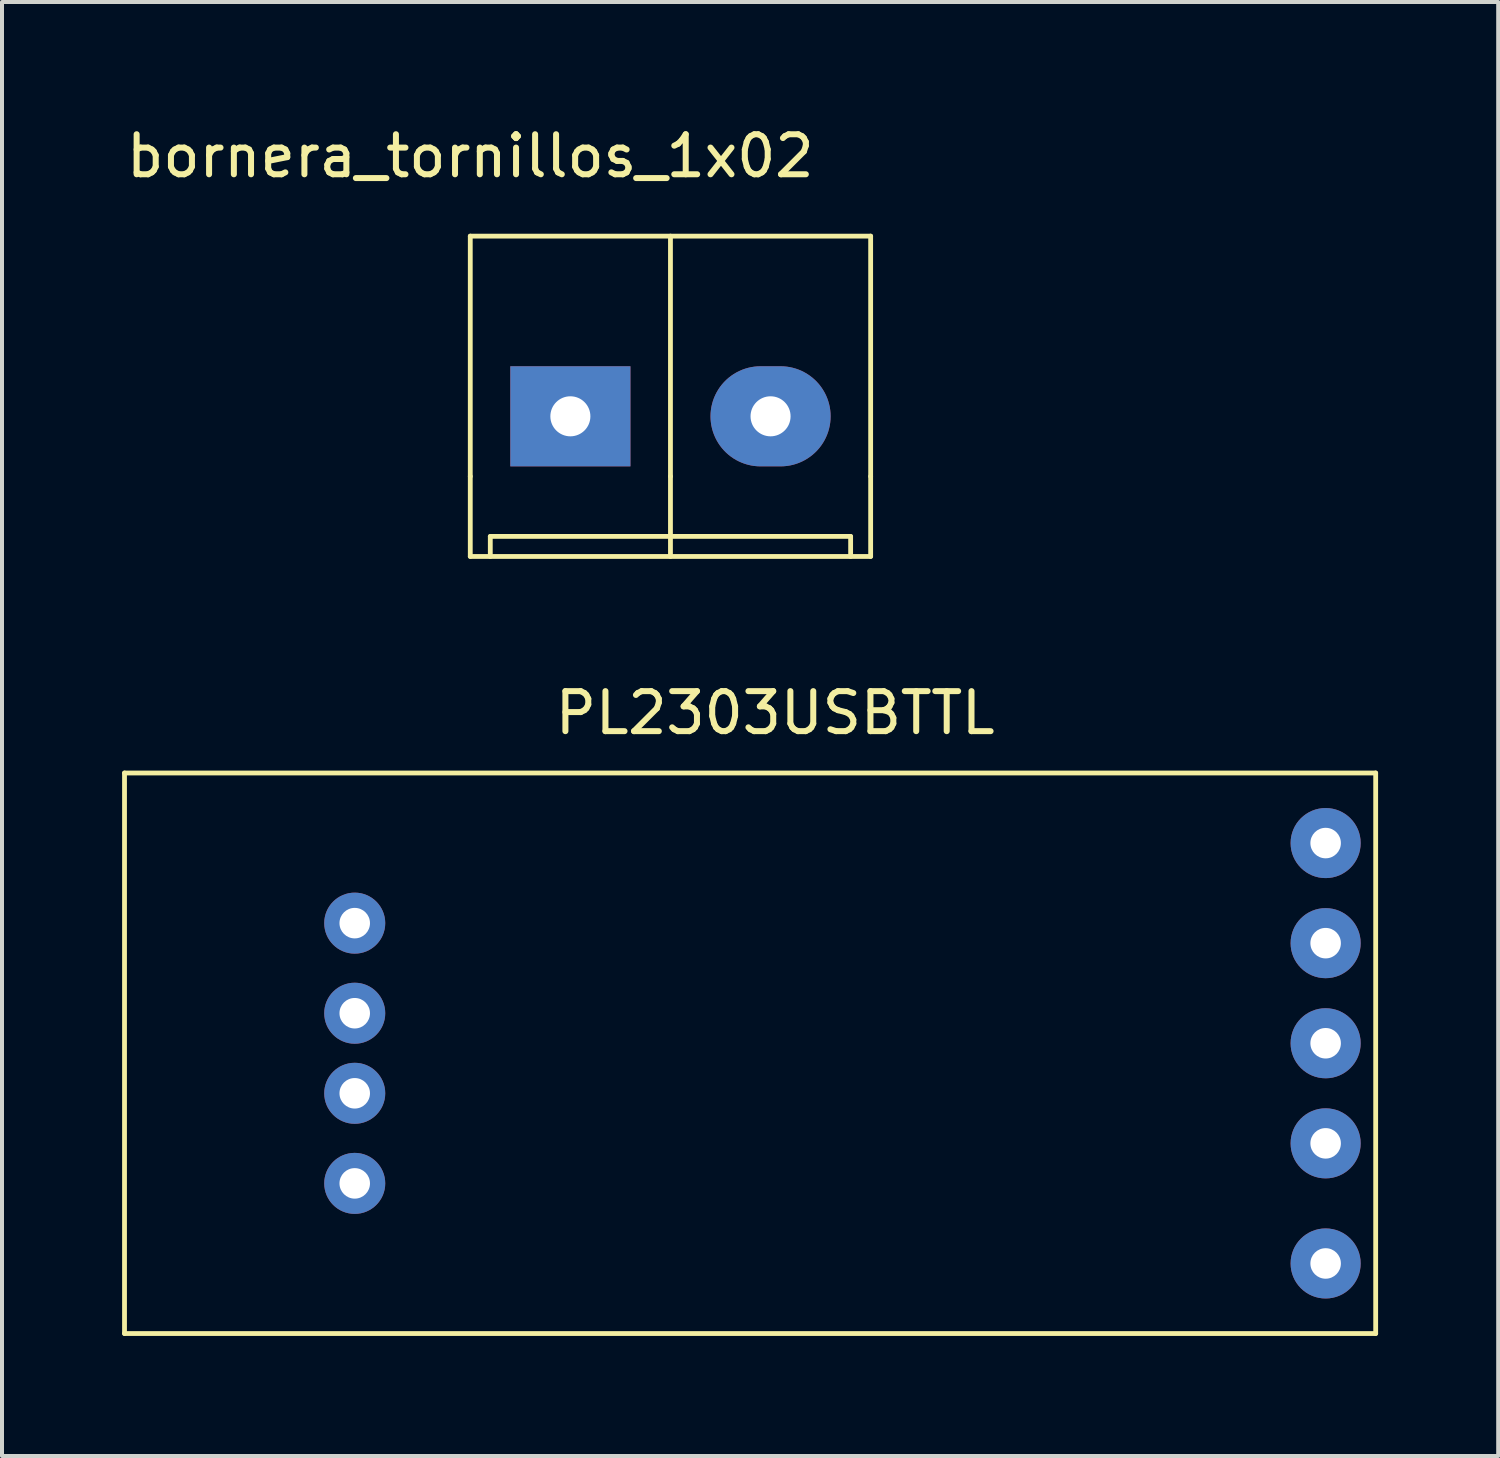
<source format=kicad_pcb>
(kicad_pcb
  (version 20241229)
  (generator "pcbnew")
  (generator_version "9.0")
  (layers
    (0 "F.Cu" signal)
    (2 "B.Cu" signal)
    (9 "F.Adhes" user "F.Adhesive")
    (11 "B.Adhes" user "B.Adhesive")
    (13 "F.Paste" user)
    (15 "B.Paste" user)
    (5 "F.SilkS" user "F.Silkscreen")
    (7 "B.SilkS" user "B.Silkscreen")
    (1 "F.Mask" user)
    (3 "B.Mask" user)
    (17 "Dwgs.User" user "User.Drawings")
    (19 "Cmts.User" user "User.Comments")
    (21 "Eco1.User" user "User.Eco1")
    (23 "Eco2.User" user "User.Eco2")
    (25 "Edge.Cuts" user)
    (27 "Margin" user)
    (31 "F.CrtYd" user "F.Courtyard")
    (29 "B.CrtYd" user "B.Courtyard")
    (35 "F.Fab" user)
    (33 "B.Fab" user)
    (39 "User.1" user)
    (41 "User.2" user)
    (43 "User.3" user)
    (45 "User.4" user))
  (footprint "bornera_tornillos_1x02"
    (layer "F.Cu")
    (at 8.696 2.848)
    (property "Reference" "bornera_tornillos_1x02" (at 0 -2 0) (layer "F.SilkS") (effects (font (size 1 1) (thickness 0.15))))
    (attr through_hole)
    (fp_line (start 0 0) (end 10 0) (stroke (width 0.12) (type solid)) (layer "F.SilkS"))
    (fp_line (start 0 6) (end 0 0) (stroke (width 0.12) (type solid)) (layer "F.SilkS"))
    (fp_line (start 0 6) (end 0 8) (stroke (width 0.12) (type solid)) (layer "F.SilkS"))
    (fp_line (start 0.5 7.5) (end 9.5 7.5) (stroke (width 0.12) (type solid)) (layer "F.SilkS"))
    (fp_line (start 0.5 8) (end 0.5 7.5) (stroke (width 0.12) (type solid)) (layer "F.SilkS"))
    (fp_line (start 5 0) (end 5 6) (stroke (width 0.12) (type solid)) (layer "F.SilkS"))
    (fp_line (start 5 6) (end 5 8) (stroke (width 0.12) (type solid)) (layer "F.SilkS"))
    (fp_line (start 9.5 7.5) (end 9.5 8) (stroke (width 0.12) (type solid)) (layer "F.SilkS"))
    (fp_line (start 10 0) (end 10 6) (stroke (width 0.12) (type solid)) (layer "F.SilkS"))
    (fp_line (start 10 6) (end 10 8) (stroke (width 0.12) (type solid)) (layer "F.SilkS"))
    (fp_line (start 10 8) (end 0 8) (stroke (width 0.12) (type solid)) (layer "F.SilkS"))
    (pad "1" thru_hole rect (at 2.5 4.5) (size 3 2.5) (drill 1) (layers "*.Cu" "*.Mask"))
    (pad "2" thru_hole oval (at 7.5 4.5) (size 3 2.5) (drill 1) (layers "*.Cu" "*.Mask")))
  (footprint "PL2303USBTTL"
    (layer "F.Cu")
    (at 16.31 14.257)
    (property "Reference" "PL2303USBTTL" (at 0 0.5 0) (layer "F.SilkS") (effects (font (size 1 1) (thickness 0.15))))
    (attr through_hole)
    (fp_line (start -16.25 2) (end 15 2) (stroke (width 0.12) (type solid)) (layer "F.SilkS"))
    (fp_line (start -16.25 16) (end -16.25 2) (stroke (width 0.12) (type solid)) (layer "F.SilkS"))
    (fp_line (start 15 2) (end 15 16) (stroke (width 0.12) (type solid)) (layer "F.SilkS"))
    (fp_line (start 15 16) (end -16.25 16) (stroke (width 0.12) (type solid)) (layer "F.SilkS"))
    (pad "1" thru_hole circle (at -10.5 5.75) (size 1.524 1.524) (drill 0.762) (layers "*.Cu" "*.Mask"))
    (pad "2" thru_hole circle (at -10.5 8) (size 1.524 1.524) (drill 0.762) (layers "*.Cu" "*.Mask"))
    (pad "3" thru_hole circle (at -10.5 10) (size 1.524 1.524) (drill 0.762) (layers "*.Cu" "*.Mask"))
    (pad "4" thru_hole circle (at -10.5 12.25) (size 1.524 1.524) (drill 0.762) (layers "*.Cu" "*.Mask"))
    (pad "5" thru_hole circle (at 13.75 14.25) (size 1.75 1.75) (drill 0.762) (layers "*.Cu" "*.Mask"))
    (pad "6" thru_hole circle (at 13.75 11.25) (size 1.75 1.75) (drill 0.762) (layers "*.Cu" "*.Mask"))
    (pad "7" thru_hole circle (at 13.75 8.75) (size 1.75 1.75) (drill 0.762) (layers "*.Cu" "*.Mask"))
    (pad "8" thru_hole circle (at 13.75 6.25) (size 1.75 1.75) (drill 0.762) (layers "*.Cu" "*.Mask"))
    (pad "9" thru_hole circle (at 13.75 3.75) (size 1.75 1.75) (drill 0.762) (layers "*.Cu" "*.Mask")))
  (gr_rect
    (start -3 -3)
    (end 34.37 33.316)
    (stroke (width 0.1) (type default))
    (fill no)
    (layer "Edge.Cuts")))
</source>
